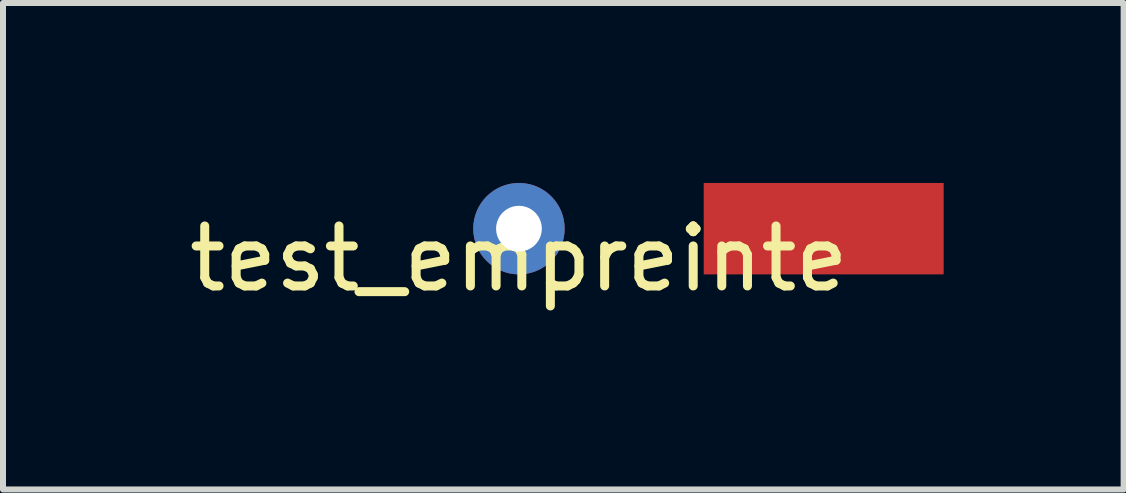
<source format=kicad_pcb>
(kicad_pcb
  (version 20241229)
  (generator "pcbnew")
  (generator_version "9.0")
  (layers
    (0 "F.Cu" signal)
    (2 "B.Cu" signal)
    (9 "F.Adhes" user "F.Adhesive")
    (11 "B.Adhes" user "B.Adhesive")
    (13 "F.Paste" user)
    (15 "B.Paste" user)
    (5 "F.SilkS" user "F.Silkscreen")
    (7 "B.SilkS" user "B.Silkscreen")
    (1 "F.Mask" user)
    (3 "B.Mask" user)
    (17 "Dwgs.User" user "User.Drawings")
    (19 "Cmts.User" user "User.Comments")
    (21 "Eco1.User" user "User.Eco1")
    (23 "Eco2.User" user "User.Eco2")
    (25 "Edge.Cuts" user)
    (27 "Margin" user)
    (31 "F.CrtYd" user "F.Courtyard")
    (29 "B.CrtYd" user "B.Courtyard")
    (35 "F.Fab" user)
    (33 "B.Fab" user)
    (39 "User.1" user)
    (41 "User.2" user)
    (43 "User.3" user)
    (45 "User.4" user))
  (footprint "test_empreinte"
    (layer "F.Cu")
    (at 5.601 0.762)
    (property "Reference" "test_empreinte" (at 0 0.5 0) (layer "F.SilkS") (effects (font (size 1 1) (thickness 0.15))))
    (attr through_hole)
    (pad "1" thru_hole circle (at 0 0) (size 1.524 1.524) (drill 0.762) (layers "*.Cu" "*.Mask"))
    (pad "2" smd rect (at 5.08 0) (size 4 1.524) (layers "F.Cu" "F.Mask" "F.Paste")))
  (gr_rect
    (start -3 -3)
    (end 15.681 5.11)
    (stroke (width 0.1) (type default))
    (fill no)
    (layer "Edge.Cuts")))
</source>
